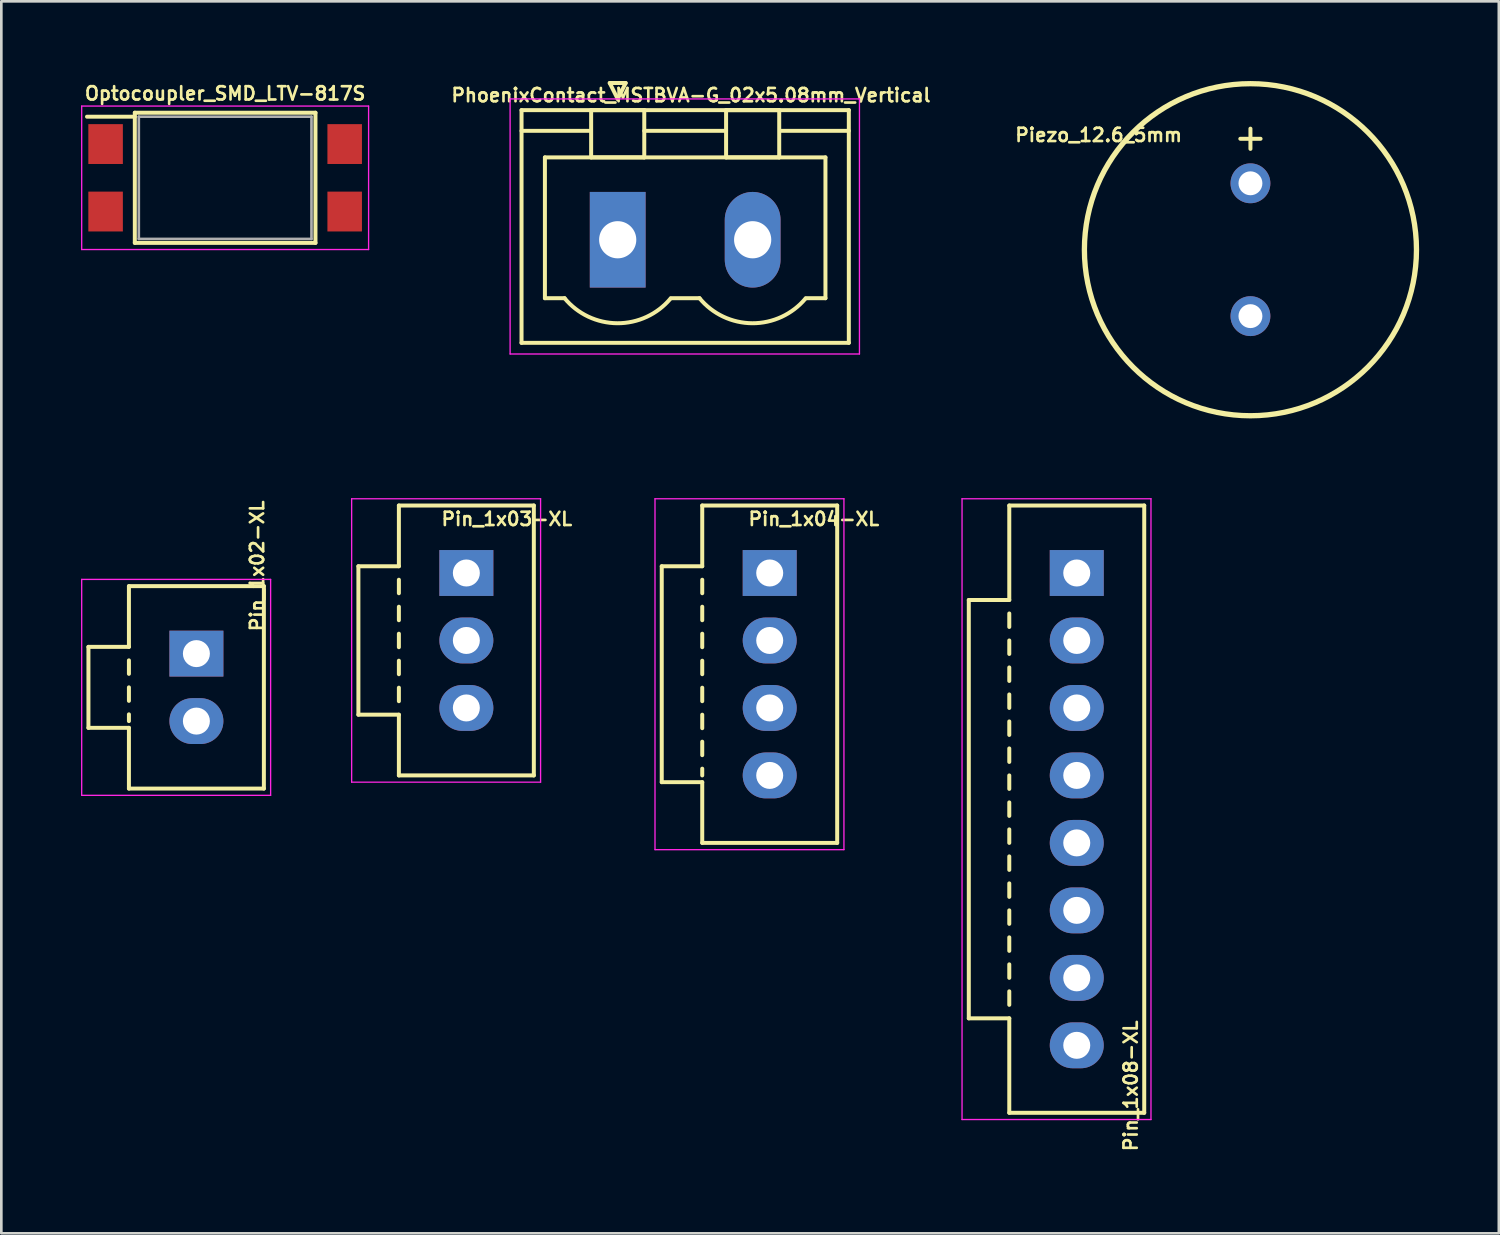
<source format=kicad_pcb>
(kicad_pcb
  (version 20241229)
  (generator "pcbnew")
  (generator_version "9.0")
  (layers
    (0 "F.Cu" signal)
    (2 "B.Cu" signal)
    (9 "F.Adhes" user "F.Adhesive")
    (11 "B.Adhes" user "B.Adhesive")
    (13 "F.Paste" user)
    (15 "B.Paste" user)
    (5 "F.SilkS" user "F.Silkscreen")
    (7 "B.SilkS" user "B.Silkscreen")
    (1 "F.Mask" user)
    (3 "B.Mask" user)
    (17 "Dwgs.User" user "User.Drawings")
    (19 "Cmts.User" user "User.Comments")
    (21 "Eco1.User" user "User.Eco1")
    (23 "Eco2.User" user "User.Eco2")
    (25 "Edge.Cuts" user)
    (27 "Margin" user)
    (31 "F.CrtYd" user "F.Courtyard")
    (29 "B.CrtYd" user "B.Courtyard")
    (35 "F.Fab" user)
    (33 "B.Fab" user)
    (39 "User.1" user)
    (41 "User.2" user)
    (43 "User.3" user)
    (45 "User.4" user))
  (footprint "Pin_1x04-XL"
    (layer "F.Cu")
    (at 25.924 18.519)
    (property "Reference" "Pin_1x04-XL" (at 1.662 -2.032 180) (layer "F.SilkS") (effects (font (size 0.5 0.5) (thickness 0.1))))
    (attr through_hole)
    (fp_line (start -4.064 -0.254) (end -4.064 7.874) (stroke (width 0.15) (type solid)) (layer "F.SilkS"))
    (fp_line (start -4.064 7.874) (end -2.54 7.874) (stroke (width 0.15) (type solid)) (layer "F.SilkS"))
    (fp_line (start -2.54 -2.54) (end -2.54 -0.254) (stroke (width 0.15) (type solid)) (layer "F.SilkS"))
    (fp_line (start -2.54 -0.254) (end -4.064 -0.254) (stroke (width 0.15) (type solid)) (layer "F.SilkS"))
    (fp_line (start -2.54 0.254) (end -2.54 0.762) (stroke (width 0.15) (type solid)) (layer "F.SilkS"))
    (fp_line (start -2.54 1.27) (end -2.54 1.778) (stroke (width 0.15) (type solid)) (layer "F.SilkS"))
    (fp_line (start -2.54 2.286) (end -2.54 2.794) (stroke (width 0.15) (type solid)) (layer "F.SilkS"))
    (fp_line (start -2.54 3.302) (end -2.54 3.81) (stroke (width 0.15) (type solid)) (layer "F.SilkS"))
    (fp_line (start -2.54 4.318) (end -2.54 4.826) (stroke (width 0.15) (type solid)) (layer "F.SilkS"))
    (fp_line (start -2.54 5.334) (end -2.54 5.842) (stroke (width 0.15) (type solid)) (layer "F.SilkS"))
    (fp_line (start -2.54 6.35) (end -2.54 6.858) (stroke (width 0.15) (type solid)) (layer "F.SilkS"))
    (fp_line (start -2.54 7.366) (end -2.54 7.62) (stroke (width 0.15) (type solid)) (layer "F.SilkS"))
    (fp_line (start -2.54 7.874) (end -2.54 10.16) (stroke (width 0.15) (type solid)) (layer "F.SilkS"))
    (fp_line (start -2.54 10.16) (end 2.54 10.16) (stroke (width 0.15) (type solid)) (layer "F.SilkS"))
    (fp_line (start 2.54 -2.54) (end -2.54 -2.54) (stroke (width 0.15) (type solid)) (layer "F.SilkS"))
    (fp_line (start 2.54 10.16) (end 2.54 -2.54) (stroke (width 0.15) (type solid)) (layer "F.SilkS"))
    (fp_line (start -4.318 -2.794) (end -4.318 10.414) (stroke (width 0.05) (type solid)) (layer "F.CrtYd"))
    (fp_line (start -4.318 10.414) (end 2.794 10.414) (stroke (width 0.05) (type solid)) (layer "F.CrtYd"))
    (fp_line (start 2.794 -2.794) (end -4.318 -2.794) (stroke (width 0.05) (type solid)) (layer "F.CrtYd"))
    (fp_line (start 2.794 10.414) (end 2.794 -2.794) (stroke (width 0.05) (type solid)) (layer "F.CrtYd"))
    (pad "1" thru_hole rect (at 0 0) (size 2.032 1.727) (drill 1.016) (layers "*.Cu" "*.Mask"))
    (pad "2" thru_hole oval (at 0 2.54) (size 2.032 1.727) (drill 1.016) (layers "*.Cu" "*.Mask"))
    (pad "3" thru_hole oval (at 0 5.08) (size 2.032 1.727) (drill 1.016) (layers "*.Cu" "*.Mask"))
    (pad "4" thru_hole oval (at 0 7.62) (size 2.032 1.727) (drill 1.016) (layers "*.Cu" "*.Mask")))
  (footprint "Pin_1x08-XL"
    (layer "F.Cu")
    (at 37.482 18.519)
    (property "Reference" "Pin_1x08-XL" (at 2.032 19.304 90) (layer "F.SilkS") (effects (font (size 0.5 0.5) (thickness 0.1))))
    (attr through_hole)
    (fp_line (start -4.064 1.016) (end -4.064 16.764) (stroke (width 0.15) (type solid)) (layer "F.SilkS"))
    (fp_line (start -4.064 16.764) (end -2.54 16.764) (stroke (width 0.15) (type solid)) (layer "F.SilkS"))
    (fp_line (start -2.54 1.016) (end -4.064 1.016) (stroke (width 0.15) (type solid)) (layer "F.SilkS"))
    (fp_line (start -2.54 1.016) (end -2.54 -2.54) (stroke (width 0.15) (type solid)) (layer "F.SilkS"))
    (fp_line (start -2.54 1.524) (end -2.54 2.032) (stroke (width 0.15) (type solid)) (layer "F.SilkS"))
    (fp_line (start -2.54 2.54) (end -2.54 3.048) (stroke (width 0.15) (type solid)) (layer "F.SilkS"))
    (fp_line (start -2.54 3.556) (end -2.54 4.064) (stroke (width 0.15) (type solid)) (layer "F.SilkS"))
    (fp_line (start -2.54 4.572) (end -2.54 5.08) (stroke (width 0.15) (type solid)) (layer "F.SilkS"))
    (fp_line (start -2.54 5.588) (end -2.54 6.096) (stroke (width 0.15) (type solid)) (layer "F.SilkS"))
    (fp_line (start -2.54 6.604) (end -2.54 7.112) (stroke (width 0.15) (type solid)) (layer "F.SilkS"))
    (fp_line (start -2.54 7.62) (end -2.54 8.128) (stroke (width 0.15) (type solid)) (layer "F.SilkS"))
    (fp_line (start -2.54 8.636) (end -2.54 9.144) (stroke (width 0.15) (type solid)) (layer "F.SilkS"))
    (fp_line (start -2.54 9.652) (end -2.54 10.16) (stroke (width 0.15) (type solid)) (layer "F.SilkS"))
    (fp_line (start -2.54 10.668) (end -2.54 11.176) (stroke (width 0.15) (type solid)) (layer "F.SilkS"))
    (fp_line (start -2.54 11.684) (end -2.54 12.192) (stroke (width 0.15) (type solid)) (layer "F.SilkS"))
    (fp_line (start -2.54 12.7) (end -2.54 13.208) (stroke (width 0.15) (type solid)) (layer "F.SilkS"))
    (fp_line (start -2.54 13.716) (end -2.54 14.224) (stroke (width 0.15) (type solid)) (layer "F.SilkS"))
    (fp_line (start -2.54 14.732) (end -2.54 15.24) (stroke (width 0.15) (type solid)) (layer "F.SilkS"))
    (fp_line (start -2.54 15.748) (end -2.54 16.256) (stroke (width 0.15) (type solid)) (layer "F.SilkS"))
    (fp_line (start -2.54 20.32) (end -2.54 16.764) (stroke (width 0.15) (type solid)) (layer "F.SilkS"))
    (fp_line (start -2.54 20.32) (end 2.54 20.32) (stroke (width 0.15) (type solid)) (layer "F.SilkS"))
    (fp_line (start 2.54 -2.54) (end -2.54 -2.54) (stroke (width 0.15) (type solid)) (layer "F.SilkS"))
    (fp_line (start 2.54 20.32) (end 2.54 -2.54) (stroke (width 0.15) (type solid)) (layer "F.SilkS"))
    (fp_line (start -4.318 -2.794) (end -4.318 20.574) (stroke (width 0.05) (type solid)) (layer "F.CrtYd"))
    (fp_line (start -4.318 20.574) (end 2.794 20.574) (stroke (width 0.05) (type solid)) (layer "F.CrtYd"))
    (fp_line (start 2.794 -2.794) (end -4.318 -2.794) (stroke (width 0.05) (type solid)) (layer "F.CrtYd"))
    (fp_line (start 2.794 20.574) (end 2.794 -2.794) (stroke (width 0.05) (type solid)) (layer "F.CrtYd"))
    (pad "1" thru_hole rect (at 0 0) (size 2.032 1.727) (drill 1.016) (layers "*.Cu" "*.Mask"))
    (pad "2" thru_hole oval (at 0 2.54) (size 2.032 1.727) (drill 1.016) (layers "*.Cu" "*.Mask"))
    (pad "3" thru_hole oval (at 0 5.08) (size 2.032 1.727) (drill 1.016) (layers "*.Cu" "*.Mask"))
    (pad "4" thru_hole oval (at 0 7.62) (size 2.032 1.727) (drill 1.016) (layers "*.Cu" "*.Mask"))
    (pad "5" thru_hole oval (at 0 10.16) (size 2.032 1.727) (drill 1.016) (layers "*.Cu" "*.Mask"))
    (pad "6" thru_hole oval (at 0 12.7) (size 2.032 1.727) (drill 1.016) (layers "*.Cu" "*.Mask"))
    (pad "7" thru_hole oval (at 0 15.24) (size 2.032 1.727) (drill 1.016) (layers "*.Cu" "*.Mask"))
    (pad "8" thru_hole oval (at 0 17.78) (size 2.032 1.727) (drill 1.016) (layers "*.Cu" "*.Mask")))
  (footprint "Piezo_12.6_5mm"
    (layer "F.Cu")
    (at 44.02 6.35)
    (property "Reference" "Piezo_12.6_5mm" (at -5.715 -4.318 0) (layer "F.SilkS") (effects (font (size 0.5 0.5) (thickness 0.1))))
    (attr through_hole)
    (fp_circle (center 0 0) (end 6.25 0) (stroke (width 0.2) (type solid)) (fill no) (layer "F.SilkS"))
    (fp_text user "+" (at 0 -4.25 0) (layer "F.SilkS") (effects (font (size 1 1) (thickness 0.15))))
    (pad "1" thru_hole circle (at 0 -2.5) (size 1.5 1.5) (drill 0.9) (layers "*.Cu" "*.Mask"))
    (pad "2" thru_hole circle (at 0 2.5) (size 1.5 1.5) (drill 0.9) (layers "*.Cu" "*.Mask")))
  (footprint "PhoenixContact_MSTBVA-G_02x5.08mm_Vertical"
    (layer "F.Cu")
    (at 20.202 5.975)
    (property "Reference" "PhoenixContact_MSTBVA-G_02x5.08mm_Vertical" (at 2.76 -5.44 180) (layer "F.SilkS") (effects (font (size 0.5 0.5) (thickness 0.1))))
    (attr through_hole)
    (fp_line (start -3.62 -4.88) (end -3.62 3.88) (stroke (width 0.15) (type solid)) (layer "F.SilkS"))
    (fp_line (start -3.62 -4.1) (end -1.08 -4.1) (stroke (width 0.15) (type solid)) (layer "F.SilkS"))
    (fp_line (start -3.62 3.88) (end 8.7 3.88) (stroke (width 0.15) (type solid)) (layer "F.SilkS"))
    (fp_line (start -2.74 -3.1) (end 7.82 -3.1) (stroke (width 0.15) (type solid)) (layer "F.SilkS"))
    (fp_line (start -2.74 2.2) (end -2.74 -3.1) (stroke (width 0.15) (type solid)) (layer "F.SilkS"))
    (fp_line (start -2 2.2) (end -2.74 2.2) (stroke (width 0.15) (type solid)) (layer "F.SilkS"))
    (fp_line (start -1 -4.88) (end 1 -4.88) (stroke (width 0.15) (type solid)) (layer "F.SilkS"))
    (fp_line (start -1 -3.1) (end -1 -4.88) (stroke (width 0.15) (type solid)) (layer "F.SilkS"))
    (fp_line (start -0.3 -5.9) (end 0 -5.3) (stroke (width 0.15) (type solid)) (layer "F.SilkS"))
    (fp_line (start 0 -5.3) (end 0.3 -5.9) (stroke (width 0.15) (type solid)) (layer "F.SilkS"))
    (fp_line (start 0.3 -5.9) (end -0.3 -5.9) (stroke (width 0.15) (type solid)) (layer "F.SilkS"))
    (fp_line (start 1 -4.88) (end 1 -3.1) (stroke (width 0.15) (type solid)) (layer "F.SilkS"))
    (fp_line (start 1 -4.1) (end 4.08 -4.1) (stroke (width 0.15) (type solid)) (layer "F.SilkS"))
    (fp_line (start 1 -3.1) (end -1 -3.1) (stroke (width 0.15) (type solid)) (layer "F.SilkS"))
    (fp_line (start 2 2.2) (end 3.08 2.2) (stroke (width 0.15) (type solid)) (layer "F.SilkS"))
    (fp_line (start 4.08 -4.88) (end 6.08 -4.88) (stroke (width 0.15) (type solid)) (layer "F.SilkS"))
    (fp_line (start 4.08 -3.1) (end 4.08 -4.88) (stroke (width 0.15) (type solid)) (layer "F.SilkS"))
    (fp_line (start 6.08 -4.88) (end 6.08 -3.1) (stroke (width 0.15) (type solid)) (layer "F.SilkS"))
    (fp_line (start 6.08 -3.1) (end 4.08 -3.1) (stroke (width 0.15) (type solid)) (layer "F.SilkS"))
    (fp_line (start 7.82 -3.1) (end 7.82 2.2) (stroke (width 0.15) (type solid)) (layer "F.SilkS"))
    (fp_line (start 7.82 2.2) (end 7.08 2.2) (stroke (width 0.15) (type solid)) (layer "F.SilkS"))
    (fp_line (start 8.7 -4.88) (end -3.62 -4.88) (stroke (width 0.15) (type solid)) (layer "F.SilkS"))
    (fp_line (start 8.7 -4.1) (end 6.16 -4.1) (stroke (width 0.15) (type solid)) (layer "F.SilkS"))
    (fp_line (start 8.7 3.88) (end 8.7 -4.88) (stroke (width 0.15) (type solid)) (layer "F.SilkS"))
    (fp_arc (start 1.986842 2.215821) (mid -0.010289 3.142758) (end -2 2.2) (stroke (width 0.15) (type solid)) (layer "F.SilkS"))
    (fp_arc (start 7.066842 2.215821) (mid 5.069711 3.142758) (end 3.08 2.2) (stroke (width 0.15) (type solid)) (layer "F.SilkS"))
    (fp_line (start -4.05 -5.3) (end -4.05 4.3) (stroke (width 0.05) (type solid)) (layer "F.CrtYd"))
    (fp_line (start -4.05 4.3) (end 9.1 4.3) (stroke (width 0.05) (type solid)) (layer "F.CrtYd"))
    (fp_line (start 9.1 -5.3) (end -4.05 -5.3) (stroke (width 0.05) (type solid)) (layer "F.CrtYd"))
    (fp_line (start 9.1 4.3) (end 9.1 -5.3) (stroke (width 0.05) (type solid)) (layer "F.CrtYd"))
    (pad "1" thru_hole rect (at 0 0) (size 2.1 3.6) (drill 1.4) (layers "*.Cu" "*.Mask"))
    (pad "2" thru_hole oval (at 5.08 0) (size 2.1 3.6) (drill 1.4) (layers "*.Cu" "*.Mask")))
  (footprint "Pin_1x03-XL"
    (layer "F.Cu")
    (at 14.505 18.519)
    (property "Reference" "Pin_1x03-XL" (at 1.524 -2.032 0) (layer "F.SilkS") (effects (font (size 0.5 0.5) (thickness 0.1))))
    (attr through_hole)
    (fp_line (start -4.064 -0.254) (end -4.064 5.334) (stroke (width 0.15) (type solid)) (layer "F.SilkS"))
    (fp_line (start -4.064 5.334) (end -2.54 5.334) (stroke (width 0.15) (type solid)) (layer "F.SilkS"))
    (fp_line (start -2.54 -2.54) (end -2.54 -0.254) (stroke (width 0.15) (type solid)) (layer "F.SilkS"))
    (fp_line (start -2.54 -0.254) (end -4.064 -0.254) (stroke (width 0.15) (type solid)) (layer "F.SilkS"))
    (fp_line (start -2.54 0.254) (end -2.54 0.762) (stroke (width 0.15) (type solid)) (layer "F.SilkS"))
    (fp_line (start -2.54 1.27) (end -2.54 1.778) (stroke (width 0.15) (type solid)) (layer "F.SilkS"))
    (fp_line (start -2.54 2.286) (end -2.54 2.794) (stroke (width 0.15) (type solid)) (layer "F.SilkS"))
    (fp_line (start -2.54 3.302) (end -2.54 3.81) (stroke (width 0.15) (type solid)) (layer "F.SilkS"))
    (fp_line (start -2.54 4.318) (end -2.54 4.826) (stroke (width 0.15) (type solid)) (layer "F.SilkS"))
    (fp_line (start -2.54 5.334) (end -2.54 7.62) (stroke (width 0.15) (type solid)) (layer "F.SilkS"))
    (fp_line (start -2.54 7.62) (end 2.54 7.62) (stroke (width 0.15) (type solid)) (layer "F.SilkS"))
    (fp_line (start 2.54 -2.54) (end -2.54 -2.54) (stroke (width 0.15) (type solid)) (layer "F.SilkS"))
    (fp_line (start 2.54 -2.54) (end 2.54 7.62) (stroke (width 0.15) (type solid)) (layer "F.SilkS"))
    (fp_line (start -4.318 7.874) (end -4.318 -2.794) (stroke (width 0.05) (type solid)) (layer "F.CrtYd"))
    (fp_line (start -4.318 7.874) (end 2.794 7.874) (stroke (width 0.05) (type solid)) (layer "F.CrtYd"))
    (fp_line (start 2.794 -2.794) (end -4.318 -2.794) (stroke (width 0.05) (type solid)) (layer "F.CrtYd"))
    (fp_line (start 2.794 7.874) (end 2.794 -2.794) (stroke (width 0.05) (type solid)) (layer "F.CrtYd"))
    (pad "1" thru_hole rect (at 0 0) (size 2.032 1.727) (drill 1.016) (layers "*.Cu" "*.Mask"))
    (pad "2" thru_hole oval (at 0 2.54) (size 2.032 1.727) (drill 1.016) (layers "*.Cu" "*.Mask"))
    (pad "3" thru_hole oval (at 0 5.08) (size 2.032 1.727) (drill 1.016) (layers "*.Cu" "*.Mask")))
  (footprint "Pin_1x02-XL"
    (layer "F.Cu")
    (at 4.343 21.554)
    (property "Reference" "Pin_1x02-XL" (at 2.286 -3.302 90) (layer "F.SilkS") (effects (font (size 0.5 0.5) (thickness 0.1))))
    (attr through_hole)
    (fp_line (start -4.064 -0.254) (end -4.064 2.794) (stroke (width 0.15) (type solid)) (layer "F.SilkS"))
    (fp_line (start -4.064 2.794) (end -2.54 2.794) (stroke (width 0.15) (type solid)) (layer "F.SilkS"))
    (fp_line (start -2.54 -2.54) (end -2.54 -0.254) (stroke (width 0.15) (type solid)) (layer "F.SilkS"))
    (fp_line (start -2.54 -0.254) (end -4.064 -0.254) (stroke (width 0.15) (type solid)) (layer "F.SilkS"))
    (fp_line (start -2.54 0.254) (end -2.54 0.762) (stroke (width 0.15) (type solid)) (layer "F.SilkS"))
    (fp_line (start -2.54 1.27) (end -2.54 1.778) (stroke (width 0.15) (type solid)) (layer "F.SilkS"))
    (fp_line (start -2.54 2.286) (end -2.54 2.54) (stroke (width 0.15) (type solid)) (layer "F.SilkS"))
    (fp_line (start -2.54 2.794) (end -2.54 5.08) (stroke (width 0.15) (type solid)) (layer "F.SilkS"))
    (fp_line (start -2.54 5.08) (end 2.54 5.08) (stroke (width 0.15) (type solid)) (layer "F.SilkS"))
    (fp_line (start 2.54 -2.54) (end -2.54 -2.54) (stroke (width 0.15) (type solid)) (layer "F.SilkS"))
    (fp_line (start 2.54 -2.54) (end 2.54 5.08) (stroke (width 0.15) (type solid)) (layer "F.SilkS"))
    (fp_line (start -4.318 5.334) (end -4.318 -2.794) (stroke (width 0.05) (type solid)) (layer "F.CrtYd"))
    (fp_line (start -4.318 5.334) (end 2.794 5.334) (stroke (width 0.05) (type solid)) (layer "F.CrtYd"))
    (fp_line (start 2.794 -2.794) (end -4.318 -2.794) (stroke (width 0.05) (type solid)) (layer "F.CrtYd"))
    (fp_line (start 2.794 5.334) (end 2.794 -2.794) (stroke (width 0.05) (type solid)) (layer "F.CrtYd"))
    (pad "1" thru_hole rect (at 0 0) (size 2.032 1.727) (drill 1.016) (layers "*.Cu" "*.Mask"))
    (pad "2" thru_hole oval (at 0 2.54) (size 2.032 1.727) (drill 1.016) (layers "*.Cu" "*.Mask")))
  (footprint "Optocoupler_SMD_LTV-817S"
    (layer "F.Cu")
    (at 5.425 3.643)
    (property "Reference" "Optocoupler_SMD_LTV-817S" (at 0 -3.175 0) (layer "F.SilkS") (effects (font (size 0.5 0.5) (thickness 0.1))))
    (attr smd)
    (fp_line (start -3.4 -2.3) (end -5.2 -2.3) (stroke (width 0.15) (type solid)) (layer "F.SilkS"))
    (fp_line (start -3.4 2.45) (end -3.4 -2.45) (stroke (width 0.15) (type solid)) (layer "F.SilkS"))
    (fp_line (start 3.4 -2.45) (end -3.4 -2.45) (stroke (width 0.15) (type solid)) (layer "F.SilkS"))
    (fp_line (start 3.4 -2.45) (end 3.4 2.45) (stroke (width 0.15) (type solid)) (layer "F.SilkS"))
    (fp_line (start 3.4 2.45) (end -3.4 2.45) (stroke (width 0.15) (type solid)) (layer "F.SilkS"))
    (fp_line (start -5.4 -2.7) (end -5.4 2.7) (stroke (width 0.05) (type solid)) (layer "F.CrtYd"))
    (fp_line (start -5.4 2.7) (end 5.4 2.7) (stroke (width 0.05) (type solid)) (layer "F.CrtYd"))
    (fp_line (start 5.4 -2.7) (end -5.4 -2.7) (stroke (width 0.05) (type solid)) (layer "F.CrtYd"))
    (fp_line (start 5.4 2.7) (end 5.4 -2.7) (stroke (width 0.05) (type solid)) (layer "F.CrtYd"))
    (fp_line (start -3.25 -2.3) (end 3.25 -2.3) (stroke (width 0.1) (type solid)) (layer "F.Fab"))
    (fp_line (start -3.25 2.3) (end -3.25 -2.3) (stroke (width 0.1) (type solid)) (layer "F.Fab"))
    (fp_line (start 3.25 -2.3) (end 3.25 2.3) (stroke (width 0.1) (type solid)) (layer "F.Fab"))
    (fp_line (start 3.25 2.3) (end -3.25 2.3) (stroke (width 0.1) (type solid)) (layer "F.Fab"))
    (pad "1" smd rect (at -4.5 -1.27) (size 1.3 1.5) (layers "F.Cu" "F.Mask" "F.Paste"))
    (pad "2" smd rect (at -4.5 1.27) (size 1.3 1.5) (layers "F.Cu" "F.Mask" "F.Paste"))
    (pad "3" smd rect (at 4.5 1.27) (size 1.3 1.5) (layers "F.Cu" "F.Mask" "F.Paste"))
    (pad "4" smd rect (at 4.5 -1.27) (size 1.3 1.5) (layers "F.Cu" "F.Mask" "F.Paste")))
  (gr_rect
    (start -3 -3)
    (end 53.37 43.375)
    (stroke (width 0.1) (type default))
    (fill no)
    (layer "Edge.Cuts")))
</source>
